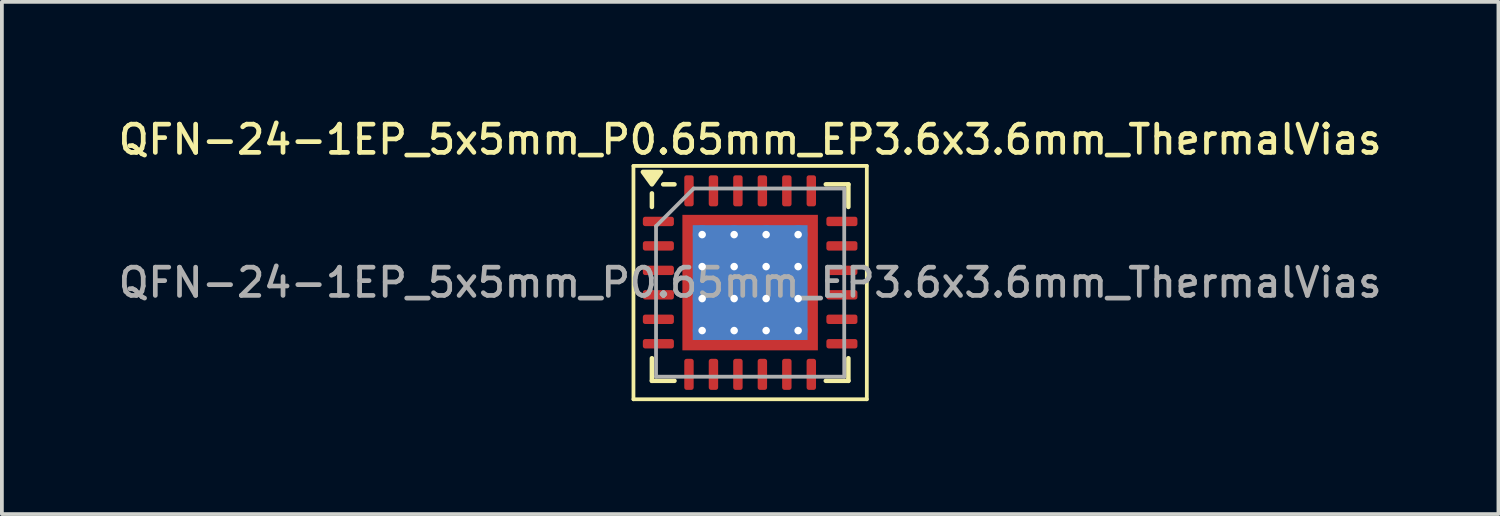
<source format=kicad_pcb>
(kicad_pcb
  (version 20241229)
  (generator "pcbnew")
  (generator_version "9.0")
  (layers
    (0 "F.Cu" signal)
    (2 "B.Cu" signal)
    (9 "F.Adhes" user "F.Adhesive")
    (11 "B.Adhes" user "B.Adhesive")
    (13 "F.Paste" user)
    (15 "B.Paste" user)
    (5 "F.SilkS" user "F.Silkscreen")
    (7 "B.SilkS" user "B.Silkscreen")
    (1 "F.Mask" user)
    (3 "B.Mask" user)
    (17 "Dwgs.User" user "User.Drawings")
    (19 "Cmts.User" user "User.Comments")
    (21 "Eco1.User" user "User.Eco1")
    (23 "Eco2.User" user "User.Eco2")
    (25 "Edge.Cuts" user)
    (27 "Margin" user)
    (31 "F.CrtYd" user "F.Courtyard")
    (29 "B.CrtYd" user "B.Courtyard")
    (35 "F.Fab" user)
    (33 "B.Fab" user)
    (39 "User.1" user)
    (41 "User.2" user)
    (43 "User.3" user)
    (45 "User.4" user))
  (footprint "QFN-24-1EP_5x5mm_P0.65mm_EP3.6x3.6mm_ThermalVias"
    (layer "F.Cu")
    (at 16.88 4.458)
    (property "Reference" "QFN-24-1EP_5x5mm_P0.65mm_EP3.6x3.6mm_ThermalVias" (at 0 -3.8 0) (layer "F.SilkS") (effects (font (size 0.75 0.75) (thickness 0.125))))
    (attr smd)
    (fp_line (start -3.1 -3.1) (end -3.1 3.1) (stroke (width 0.1) (type solid)) (layer "F.SilkS"))
    (fp_line (start -3.1 3.1) (end 3.1 3.1) (stroke (width 0.1) (type solid)) (layer "F.SilkS"))
    (fp_line (start -2.61 -2.01) (end -2.61 -2.37) (stroke (width 0.12) (type solid)) (layer "F.SilkS"))
    (fp_line (start -2.61 2.61) (end -2.61 2.01) (stroke (width 0.12) (type solid)) (layer "F.SilkS"))
    (fp_line (start -2.01 -2.61) (end -2.31 -2.61) (stroke (width 0.12) (type solid)) (layer "F.SilkS"))
    (fp_line (start -2.01 2.61) (end -2.61 2.61) (stroke (width 0.12) (type solid)) (layer "F.SilkS"))
    (fp_line (start 2.01 -2.61) (end 2.61 -2.61) (stroke (width 0.12) (type solid)) (layer "F.SilkS"))
    (fp_line (start 2.01 2.61) (end 2.61 2.61) (stroke (width 0.12) (type solid)) (layer "F.SilkS"))
    (fp_line (start 2.61 -2.61) (end 2.61 -2.01) (stroke (width 0.12) (type solid)) (layer "F.SilkS"))
    (fp_line (start 2.61 2.61) (end 2.61 2.01) (stroke (width 0.12) (type solid)) (layer "F.SilkS"))
    (fp_line (start 3.1 -3.1) (end -3.1 -3.1) (stroke (width 0.1) (type solid)) (layer "F.SilkS"))
    (fp_line (start 3.1 3.1) (end 3.1 -3.1) (stroke (width 0.1) (type solid)) (layer "F.SilkS"))
    (fp_poly (pts (xy -2.61 -2.61) (xy -2.85 -2.94) (xy -2.37 -2.94) (xy -2.61 -2.61)) (stroke (width 0.12) (type solid)) (fill yes) (layer "F.SilkS"))
    (fp_line (start -2.5 -1.5) (end -1.5 -2.5) (stroke (width 0.1) (type solid)) (layer "F.Fab"))
    (fp_line (start -2.5 2.5) (end -2.5 -1.5) (stroke (width 0.1) (type solid)) (layer "F.Fab"))
    (fp_line (start -1.5 -2.5) (end 2.5 -2.5) (stroke (width 0.1) (type solid)) (layer "F.Fab"))
    (fp_line (start 2.5 -2.5) (end 2.5 2.5) (stroke (width 0.1) (type solid)) (layer "F.Fab"))
    (fp_line (start 2.5 2.5) (end -2.5 2.5) (stroke (width 0.1) (type solid)) (layer "F.Fab"))
    (fp_text user "${REFERENCE}" (at 0 0 0) (layer "F.Fab") (effects (font (size 0.75 0.75) (thickness 0.125))))
    (pad "" smd custom (at -1.538 -1.538) (size 0.295 0.295) (layers "F.Paste") (options (anchor circle)) (primitives (gr_poly (pts (xy -0.106 -0.106) (xy 0.106 -0.106) (xy 0.106 -0.013) (xy -0.013 0.106) (xy -0.106 0.106)) (width 0.212) (fill yes))))
    (pad "" smd custom (at -1.538 -0.85) (size 0.317 0.317) (layers "F.Paste") (options (anchor circle)) (primitives (gr_poly (pts (xy -0.106 -0.237) (xy 0.018 -0.237) (xy 0.106 -0.149) (xy 0.106 0.149) (xy 0.018 0.237) (xy -0.106 0.237)) (width 0.212) (fill yes))))
    (pad "" smd custom (at -1.538 0) (size 0.317 0.317) (layers "F.Paste") (options (anchor circle)) (primitives (gr_poly (pts (xy -0.106 -0.237) (xy 0.018 -0.237) (xy 0.106 -0.149) (xy 0.106 0.149) (xy 0.018 0.237) (xy -0.106 0.237)) (width 0.212) (fill yes))))
    (pad "" smd custom (at -1.538 0.85) (size 0.317 0.317) (layers "F.Paste") (options (anchor circle)) (primitives (gr_poly (pts (xy -0.106 -0.237) (xy 0.018 -0.237) (xy 0.106 -0.149) (xy 0.106 0.149) (xy 0.018 0.237) (xy -0.106 0.237)) (width 0.212) (fill yes))))
    (pad "" smd custom (at -1.538 1.538) (size 0.295 0.295) (layers "F.Paste") (options (anchor circle)) (primitives (gr_poly (pts (xy -0.106 -0.106) (xy -0.013 -0.106) (xy 0.106 0.013) (xy 0.106 0.106) (xy -0.106 0.106)) (width 0.212) (fill yes))))
    (pad "" smd custom (at -0.85 -1.538) (size 0.317 0.317) (layers "F.Paste") (options (anchor circle)) (primitives (gr_poly (pts (xy -0.237 -0.106) (xy 0.237 -0.106) (xy 0.237 0.018) (xy 0.149 0.106) (xy -0.149 0.106) (xy -0.237 0.018)) (width 0.212) (fill yes))))
    (pad "" smd custom (at -0.85 -0.85) (size 0.602 0.602) (layers "F.Paste") (options (anchor circle)) (primitives (gr_poly (pts (xy -0.259 -0.19) (xy -0.19 -0.259) (xy 0.19 -0.259) (xy 0.259 -0.19) (xy 0.259 0.19) (xy 0.19 0.259) (xy -0.19 0.259) (xy -0.259 0.19)) (width 0.167) (fill yes))))
    (pad "" smd custom (at -0.85 0) (size 0.602 0.602) (layers "F.Paste") (options (anchor circle)) (primitives (gr_poly (pts (xy -0.259 -0.19) (xy -0.19 -0.259) (xy 0.19 -0.259) (xy 0.259 -0.19) (xy 0.259 0.19) (xy 0.19 0.259) (xy -0.19 0.259) (xy -0.259 0.19)) (width 0.167) (fill yes))))
    (pad "" smd custom (at -0.85 0.85) (size 0.602 0.602) (layers "F.Paste") (options (anchor circle)) (primitives (gr_poly (pts (xy -0.259 -0.19) (xy -0.19 -0.259) (xy 0.19 -0.259) (xy 0.259 -0.19) (xy 0.259 0.19) (xy 0.19 0.259) (xy -0.19 0.259) (xy -0.259 0.19)) (width 0.167) (fill yes))))
    (pad "" smd custom (at -0.85 1.538) (size 0.317 0.317) (layers "F.Paste") (options (anchor circle)) (primitives (gr_poly (pts (xy -0.237 -0.018) (xy -0.149 -0.106) (xy 0.149 -0.106) (xy 0.237 -0.018) (xy 0.237 0.106) (xy -0.237 0.106)) (width 0.212) (fill yes))))
    (pad "" smd custom (at 0 -1.538) (size 0.317 0.317) (layers "F.Paste") (options (anchor circle)) (primitives (gr_poly (pts (xy -0.237 -0.106) (xy 0.237 -0.106) (xy 0.237 0.018) (xy 0.149 0.106) (xy -0.149 0.106) (xy -0.237 0.018)) (width 0.212) (fill yes))))
    (pad "" smd custom (at 0 -0.85) (size 0.602 0.602) (layers "F.Paste") (options (anchor circle)) (primitives (gr_poly (pts (xy -0.259 -0.19) (xy -0.19 -0.259) (xy 0.19 -0.259) (xy 0.259 -0.19) (xy 0.259 0.19) (xy 0.19 0.259) (xy -0.19 0.259) (xy -0.259 0.19)) (width 0.167) (fill yes))))
    (pad "" smd custom (at 0 0) (size 0.602 0.602) (layers "F.Paste") (options (anchor circle)) (primitives (gr_poly (pts (xy -0.259 -0.19) (xy -0.19 -0.259) (xy 0.19 -0.259) (xy 0.259 -0.19) (xy 0.259 0.19) (xy 0.19 0.259) (xy -0.19 0.259) (xy -0.259 0.19)) (width 0.167) (fill yes))))
    (pad "" smd custom (at 0 0.85) (size 0.602 0.602) (layers "F.Paste") (options (anchor circle)) (primitives (gr_poly (pts (xy -0.259 -0.19) (xy -0.19 -0.259) (xy 0.19 -0.259) (xy 0.259 -0.19) (xy 0.259 0.19) (xy 0.19 0.259) (xy -0.19 0.259) (xy -0.259 0.19)) (width 0.167) (fill yes))))
    (pad "" smd custom (at 0 1.538) (size 0.317 0.317) (layers "F.Paste") (options (anchor circle)) (primitives (gr_poly (pts (xy -0.237 -0.018) (xy -0.149 -0.106) (xy 0.149 -0.106) (xy 0.237 -0.018) (xy 0.237 0.106) (xy -0.237 0.106)) (width 0.212) (fill yes))))
    (pad "" smd custom (at 0.85 -1.538) (size 0.317 0.317) (layers "F.Paste") (options (anchor circle)) (primitives (gr_poly (pts (xy -0.237 -0.106) (xy 0.237 -0.106) (xy 0.237 0.018) (xy 0.149 0.106) (xy -0.149 0.106) (xy -0.237 0.018)) (width 0.212) (fill yes))))
    (pad "" smd custom (at 0.85 -0.85) (size 0.602 0.602) (layers "F.Paste") (options (anchor circle)) (primitives (gr_poly (pts (xy -0.259 -0.19) (xy -0.19 -0.259) (xy 0.19 -0.259) (xy 0.259 -0.19) (xy 0.259 0.19) (xy 0.19 0.259) (xy -0.19 0.259) (xy -0.259 0.19)) (width 0.167) (fill yes))))
    (pad "" smd custom (at 0.85 0) (size 0.602 0.602) (layers "F.Paste") (options (anchor circle)) (primitives (gr_poly (pts (xy -0.259 -0.19) (xy -0.19 -0.259) (xy 0.19 -0.259) (xy 0.259 -0.19) (xy 0.259 0.19) (xy 0.19 0.259) (xy -0.19 0.259) (xy -0.259 0.19)) (width 0.167) (fill yes))))
    (pad "" smd custom (at 0.85 0.85) (size 0.602 0.602) (layers "F.Paste") (options (anchor circle)) (primitives (gr_poly (pts (xy -0.259 -0.19) (xy -0.19 -0.259) (xy 0.19 -0.259) (xy 0.259 -0.19) (xy 0.259 0.19) (xy 0.19 0.259) (xy -0.19 0.259) (xy -0.259 0.19)) (width 0.167) (fill yes))))
    (pad "" smd custom (at 0.85 1.538) (size 0.317 0.317) (layers "F.Paste") (options (anchor circle)) (primitives (gr_poly (pts (xy -0.237 -0.018) (xy -0.149 -0.106) (xy 0.149 -0.106) (xy 0.237 -0.018) (xy 0.237 0.106) (xy -0.237 0.106)) (width 0.212) (fill yes))))
    (pad "" smd custom (at 1.538 -1.538) (size 0.295 0.295) (layers "F.Paste") (options (anchor circle)) (primitives (gr_poly (pts (xy -0.106 -0.106) (xy 0.106 -0.106) (xy 0.106 0.106) (xy 0.013 0.106) (xy -0.106 -0.013)) (width 0.212) (fill yes))))
    (pad "" smd custom (at 1.538 -0.85) (size 0.317 0.317) (layers "F.Paste") (options (anchor circle)) (primitives (gr_poly (pts (xy -0.106 -0.149) (xy -0.018 -0.237) (xy 0.106 -0.237) (xy 0.106 0.237) (xy -0.018 0.237) (xy -0.106 0.149)) (width 0.212) (fill yes))))
    (pad "" smd custom (at 1.538 0) (size 0.317 0.317) (layers "F.Paste") (options (anchor circle)) (primitives (gr_poly (pts (xy -0.106 -0.149) (xy -0.018 -0.237) (xy 0.106 -0.237) (xy 0.106 0.237) (xy -0.018 0.237) (xy -0.106 0.149)) (width 0.212) (fill yes))))
    (pad "" smd custom (at 1.538 0.85) (size 0.317 0.317) (layers "F.Paste") (options (anchor circle)) (primitives (gr_poly (pts (xy -0.106 -0.149) (xy -0.018 -0.237) (xy 0.106 -0.237) (xy 0.106 0.237) (xy -0.018 0.237) (xy -0.106 0.149)) (width 0.212) (fill yes))))
    (pad "" smd custom (at 1.538 1.538) (size 0.295 0.295) (layers "F.Paste") (options (anchor circle)) (primitives (gr_poly (pts (xy -0.106 0.013) (xy 0.013 -0.106) (xy 0.106 -0.106) (xy 0.106 0.106) (xy -0.106 0.106)) (width 0.212) (fill yes))))
    (pad "1" smd roundrect (at -2.438 -1.625) (size 0.825 0.25) (layers "F.Cu" "F.Mask" "F.Paste") (roundrect_rratio 0.25))
    (pad "2" smd roundrect (at -2.438 -0.975) (size 0.825 0.25) (layers "F.Cu" "F.Mask" "F.Paste") (roundrect_rratio 0.25))
    (pad "3" smd roundrect (at -2.438 -0.325) (size 0.825 0.25) (layers "F.Cu" "F.Mask" "F.Paste") (roundrect_rratio 0.25))
    (pad "4" smd roundrect (at -2.438 0.325) (size 0.825 0.25) (layers "F.Cu" "F.Mask" "F.Paste") (roundrect_rratio 0.25))
    (pad "5" smd roundrect (at -2.438 0.975) (size 0.825 0.25) (layers "F.Cu" "F.Mask" "F.Paste") (roundrect_rratio 0.25))
    (pad "6" smd roundrect (at -2.438 1.625) (size 0.825 0.25) (layers "F.Cu" "F.Mask" "F.Paste") (roundrect_rratio 0.25))
    (pad "7" smd roundrect (at -1.625 2.438) (size 0.25 0.825) (layers "F.Cu" "F.Mask" "F.Paste") (roundrect_rratio 0.25))
    (pad "8" smd roundrect (at -0.975 2.438) (size 0.25 0.825) (layers "F.Cu" "F.Mask" "F.Paste") (roundrect_rratio 0.25))
    (pad "9" smd roundrect (at -0.325 2.438) (size 0.25 0.825) (layers "F.Cu" "F.Mask" "F.Paste") (roundrect_rratio 0.25))
    (pad "10" smd roundrect (at 0.325 2.438) (size 0.25 0.825) (layers "F.Cu" "F.Mask" "F.Paste") (roundrect_rratio 0.25))
    (pad "11" smd roundrect (at 0.975 2.438) (size 0.25 0.825) (layers "F.Cu" "F.Mask" "F.Paste") (roundrect_rratio 0.25))
    (pad "12" smd roundrect (at 1.625 2.438) (size 0.25 0.825) (layers "F.Cu" "F.Mask" "F.Paste") (roundrect_rratio 0.25))
    (pad "13" smd roundrect (at 2.438 1.625) (size 0.825 0.25) (layers "F.Cu" "F.Mask" "F.Paste") (roundrect_rratio 0.25))
    (pad "14" smd roundrect (at 2.438 0.975) (size 0.825 0.25) (layers "F.Cu" "F.Mask" "F.Paste") (roundrect_rratio 0.25))
    (pad "15" smd roundrect (at 2.438 0.325) (size 0.825 0.25) (layers "F.Cu" "F.Mask" "F.Paste") (roundrect_rratio 0.25))
    (pad "16" smd roundrect (at 2.438 -0.325) (size 0.825 0.25) (layers "F.Cu" "F.Mask" "F.Paste") (roundrect_rratio 0.25))
    (pad "17" smd roundrect (at 2.438 -0.975) (size 0.825 0.25) (layers "F.Cu" "F.Mask" "F.Paste") (roundrect_rratio 0.25))
    (pad "18" smd roundrect (at 2.438 -1.625) (size 0.825 0.25) (layers "F.Cu" "F.Mask" "F.Paste") (roundrect_rratio 0.25))
    (pad "19" smd roundrect (at 1.625 -2.438) (size 0.25 0.825) (layers "F.Cu" "F.Mask" "F.Paste") (roundrect_rratio 0.25))
    (pad "20" smd roundrect (at 0.975 -2.438) (size 0.25 0.825) (layers "F.Cu" "F.Mask" "F.Paste") (roundrect_rratio 0.25))
    (pad "21" smd roundrect (at 0.325 -2.438) (size 0.25 0.825) (layers "F.Cu" "F.Mask" "F.Paste") (roundrect_rratio 0.25))
    (pad "22" smd roundrect (at -0.325 -2.438) (size 0.25 0.825) (layers "F.Cu" "F.Mask" "F.Paste") (roundrect_rratio 0.25))
    (pad "23" smd roundrect (at -0.975 -2.438) (size 0.25 0.825) (layers "F.Cu" "F.Mask" "F.Paste") (roundrect_rratio 0.25))
    (pad "24" smd roundrect (at -1.625 -2.438) (size 0.25 0.825) (layers "F.Cu" "F.Mask" "F.Paste") (roundrect_rratio 0.25))
    (pad "25" thru_hole circle (at -1.275 -1.275) (size 0.5 0.5) (drill 0.2) (property pad_prop_heatsink) (layers "*.Cu"))
    (pad "25" thru_hole circle (at -1.275 -0.425) (size 0.5 0.5) (drill 0.2) (property pad_prop_heatsink) (layers "*.Cu"))
    (pad "25" thru_hole circle (at -1.275 0.425) (size 0.5 0.5) (drill 0.2) (property pad_prop_heatsink) (layers "*.Cu"))
    (pad "25" thru_hole circle (at -1.275 1.275) (size 0.5 0.5) (drill 0.2) (property pad_prop_heatsink) (layers "*.Cu"))
    (pad "25" thru_hole circle (at -0.425 -1.275) (size 0.5 0.5) (drill 0.2) (property pad_prop_heatsink) (layers "*.Cu"))
    (pad "25" thru_hole circle (at -0.425 -0.425) (size 0.5 0.5) (drill 0.2) (property pad_prop_heatsink) (layers "*.Cu"))
    (pad "25" thru_hole circle (at -0.425 0.425) (size 0.5 0.5) (drill 0.2) (property pad_prop_heatsink) (layers "*.Cu"))
    (pad "25" thru_hole circle (at -0.425 1.275) (size 0.5 0.5) (drill 0.2) (property pad_prop_heatsink) (layers "*.Cu"))
    (pad "25" smd rect (at 0 0) (size 3.05 3.05) (property pad_prop_heatsink) (layers "B.Cu"))
    (pad "25" smd rect (at 0 0) (size 3.6 3.6) (property pad_prop_heatsink) (layers "F.Cu" "F.Mask"))
    (pad "25" thru_hole circle (at 0.425 -1.275) (size 0.5 0.5) (drill 0.2) (property pad_prop_heatsink) (layers "*.Cu"))
    (pad "25" thru_hole circle (at 0.425 -0.425) (size 0.5 0.5) (drill 0.2) (property pad_prop_heatsink) (layers "*.Cu"))
    (pad "25" thru_hole circle (at 0.425 0.425) (size 0.5 0.5) (drill 0.2) (property pad_prop_heatsink) (layers "*.Cu"))
    (pad "25" thru_hole circle (at 0.425 1.275) (size 0.5 0.5) (drill 0.2) (property pad_prop_heatsink) (layers "*.Cu"))
    (pad "25" thru_hole circle (at 1.275 -1.275) (size 0.5 0.5) (drill 0.2) (property pad_prop_heatsink) (layers "*.Cu"))
    (pad "25" thru_hole circle (at 1.275 -0.425) (size 0.5 0.5) (drill 0.2) (property pad_prop_heatsink) (layers "*.Cu"))
    (pad "25" thru_hole circle (at 1.275 0.425) (size 0.5 0.5) (drill 0.2) (property pad_prop_heatsink) (layers "*.Cu"))
    (pad "25" thru_hole circle (at 1.275 1.275) (size 0.5 0.5) (drill 0.2) (property pad_prop_heatsink) (layers "*.Cu")))
  (gr_rect
    (start -3 -3)
    (end 36.761 10.608)
    (stroke (width 0.1) (type default))
    (fill no)
    (layer "Edge.Cuts")))
</source>
